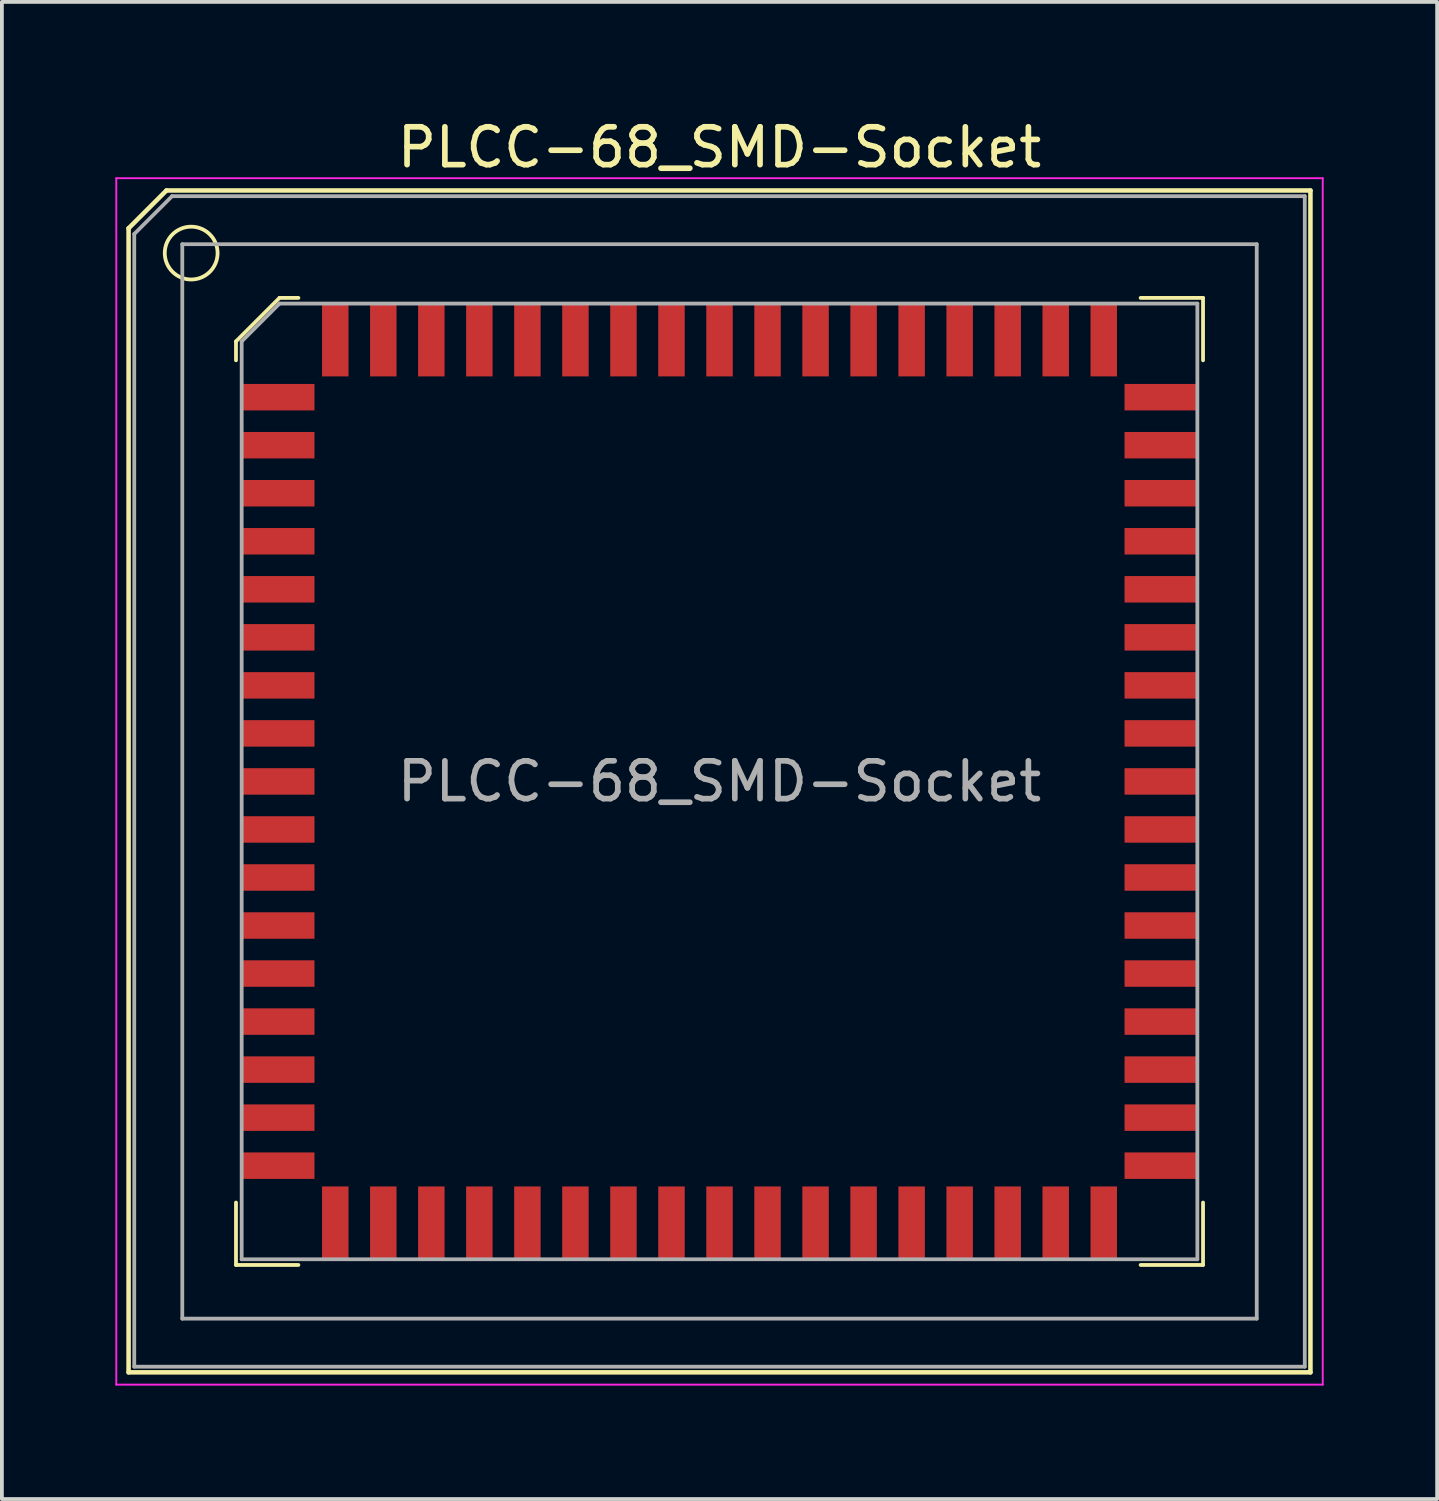
<source format=kicad_pcb>
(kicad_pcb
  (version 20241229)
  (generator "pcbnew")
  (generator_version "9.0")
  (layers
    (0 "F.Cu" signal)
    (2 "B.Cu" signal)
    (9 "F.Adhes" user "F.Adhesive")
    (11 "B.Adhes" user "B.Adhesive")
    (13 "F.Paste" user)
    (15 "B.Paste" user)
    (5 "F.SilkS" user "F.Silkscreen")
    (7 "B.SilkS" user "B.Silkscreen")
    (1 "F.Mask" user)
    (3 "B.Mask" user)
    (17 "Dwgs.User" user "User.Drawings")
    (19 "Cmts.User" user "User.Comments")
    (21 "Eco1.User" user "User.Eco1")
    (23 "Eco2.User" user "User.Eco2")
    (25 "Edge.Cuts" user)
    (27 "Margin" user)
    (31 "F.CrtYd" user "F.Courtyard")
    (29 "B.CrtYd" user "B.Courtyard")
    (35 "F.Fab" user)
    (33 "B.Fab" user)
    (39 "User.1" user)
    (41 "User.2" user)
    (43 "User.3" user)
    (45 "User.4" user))
  (footprint "PLCC-68_SMD-Socket"
    (layer "F.Cu")
    (at 15.975 17.612)
    (property "Reference" "PLCC-68_SMD-Socket" (at 0 -16.764 0) (layer "F.SilkS") (effects (font (size 1 1) (thickness 0.15))))
    (attr smd)
    (fp_line (start -15.625 -14.625) (end -15.625 15.625) (stroke (width 0.12) (type solid)) (layer "F.SilkS"))
    (fp_line (start -15.625 15.625) (end 15.625 15.625) (stroke (width 0.12) (type solid)) (layer "F.SilkS"))
    (fp_line (start -14.625 -15.625) (end -15.625 -14.625) (stroke (width 0.12) (type solid)) (layer "F.SilkS"))
    (fp_line (start -12.785 -11.635) (end -12.785 -11.135) (stroke (width 0.1) (type solid)) (layer "F.SilkS"))
    (fp_line (start -12.785 12.785) (end -12.785 11.135) (stroke (width 0.1) (type solid)) (layer "F.SilkS"))
    (fp_line (start -11.635 -12.785) (end -12.785 -11.635) (stroke (width 0.1) (type solid)) (layer "F.SilkS"))
    (fp_line (start -11.135 -12.785) (end -11.635 -12.785) (stroke (width 0.1) (type solid)) (layer "F.SilkS"))
    (fp_line (start -11.135 12.785) (end -12.785 12.785) (stroke (width 0.1) (type solid)) (layer "F.SilkS"))
    (fp_line (start 11.135 -12.785) (end 12.785 -12.785) (stroke (width 0.1) (type solid)) (layer "F.SilkS"))
    (fp_line (start 11.135 12.785) (end 12.785 12.785) (stroke (width 0.1) (type solid)) (layer "F.SilkS"))
    (fp_line (start 12.785 -12.785) (end 12.785 -11.135) (stroke (width 0.1) (type solid)) (layer "F.SilkS"))
    (fp_line (start 12.785 12.785) (end 12.785 11.135) (stroke (width 0.1) (type solid)) (layer "F.SilkS"))
    (fp_line (start 15.625 -15.625) (end -14.625 -15.625) (stroke (width 0.12) (type solid)) (layer "F.SilkS"))
    (fp_line (start 15.625 15.625) (end 15.625 -15.625) (stroke (width 0.12) (type solid)) (layer "F.SilkS"))
    (fp_circle (center -13.97 -13.97) (end -13.562 -13.403) (stroke (width 0.1) (type default)) (fill no) (layer "F.SilkS"))
    (fp_line (start -15.95 -15.95) (end -15.95 15.95) (stroke (width 0.05) (type solid)) (layer "F.CrtYd"))
    (fp_line (start -15.95 15.95) (end 15.95 15.95) (stroke (width 0.05) (type solid)) (layer "F.CrtYd"))
    (fp_line (start 15.95 -15.95) (end -15.95 -15.95) (stroke (width 0.05) (type solid)) (layer "F.CrtYd"))
    (fp_line (start 15.95 15.95) (end 15.95 -15.95) (stroke (width 0.05) (type solid)) (layer "F.CrtYd"))
    (fp_line (start -15.475 -14.475) (end -15.475 15.475) (stroke (width 0.1) (type solid)) (layer "F.Fab"))
    (fp_line (start -15.475 15.475) (end 15.475 15.475) (stroke (width 0.1) (type solid)) (layer "F.Fab"))
    (fp_line (start -14.475 -15.475) (end -15.475 -14.475) (stroke (width 0.1) (type solid)) (layer "F.Fab"))
    (fp_line (start -14.205 -14.205) (end -14.205 14.205) (stroke (width 0.1) (type solid)) (layer "F.Fab"))
    (fp_line (start -14.205 14.205) (end 14.205 14.205) (stroke (width 0.1) (type solid)) (layer "F.Fab"))
    (fp_line (start -12.635 -11.635) (end -12.635 12.635) (stroke (width 0.1) (type solid)) (layer "F.Fab"))
    (fp_line (start -12.635 12.635) (end 12.635 12.635) (stroke (width 0.1) (type solid)) (layer "F.Fab"))
    (fp_line (start -11.635 -12.635) (end -12.635 -11.635) (stroke (width 0.1) (type solid)) (layer "F.Fab"))
    (fp_line (start 12.635 -12.635) (end -11.635 -12.635) (stroke (width 0.1) (type solid)) (layer "F.Fab"))
    (fp_line (start 12.635 12.635) (end 12.635 -12.635) (stroke (width 0.1) (type solid)) (layer "F.Fab"))
    (fp_line (start 14.205 -14.205) (end -14.205 -14.205) (stroke (width 0.1) (type solid)) (layer "F.Fab"))
    (fp_line (start 14.205 14.205) (end 14.205 -14.205) (stroke (width 0.1) (type solid)) (layer "F.Fab"))
    (fp_line (start 15.475 -15.475) (end -14.475 -15.475) (stroke (width 0.1) (type solid)) (layer "F.Fab"))
    (fp_line (start 15.475 15.475) (end 15.475 -15.475) (stroke (width 0.1) (type solid)) (layer "F.Fab"))
    (fp_text user "${REFERENCE}" (at 0 0 0) (layer "F.Fab") (effects (font (size 1 1) (thickness 0.15))))
    (pad "1" smd rect (at -11.672 -10.16) (size 1.925 0.7) (layers "F.Cu" "F.Mask" "F.Paste"))
    (pad "2" smd rect (at -11.672 -8.89) (size 1.925 0.7) (layers "F.Cu" "F.Mask" "F.Paste"))
    (pad "3" smd rect (at -11.672 -7.62) (size 1.925 0.7) (layers "F.Cu" "F.Mask" "F.Paste"))
    (pad "4" smd rect (at -11.672 -6.35) (size 1.925 0.7) (layers "F.Cu" "F.Mask" "F.Paste"))
    (pad "5" smd rect (at -11.672 -5.08) (size 1.925 0.7) (layers "F.Cu" "F.Mask" "F.Paste"))
    (pad "6" smd rect (at -11.672 -3.81) (size 1.925 0.7) (layers "F.Cu" "F.Mask" "F.Paste"))
    (pad "7" smd rect (at -11.672 -2.54) (size 1.925 0.7) (layers "F.Cu" "F.Mask" "F.Paste"))
    (pad "8" smd rect (at -11.672 -1.27) (size 1.925 0.7) (layers "F.Cu" "F.Mask" "F.Paste"))
    (pad "9" smd rect (at -11.672 0) (size 1.925 0.7) (layers "F.Cu" "F.Mask" "F.Paste"))
    (pad "10" smd rect (at -11.672 1.27) (size 1.925 0.7) (layers "F.Cu" "F.Mask" "F.Paste"))
    (pad "11" smd rect (at -11.672 2.54) (size 1.925 0.7) (layers "F.Cu" "F.Mask" "F.Paste"))
    (pad "12" smd rect (at -11.672 3.81) (size 1.925 0.7) (layers "F.Cu" "F.Mask" "F.Paste"))
    (pad "13" smd rect (at -11.672 5.08) (size 1.925 0.7) (layers "F.Cu" "F.Mask" "F.Paste"))
    (pad "14" smd rect (at -11.672 6.35) (size 1.925 0.7) (layers "F.Cu" "F.Mask" "F.Paste"))
    (pad "15" smd rect (at -11.672 7.62) (size 1.925 0.7) (layers "F.Cu" "F.Mask" "F.Paste"))
    (pad "16" smd rect (at -11.672 8.89) (size 1.925 0.7) (layers "F.Cu" "F.Mask" "F.Paste"))
    (pad "17" smd rect (at -11.672 10.16) (size 1.925 0.7) (layers "F.Cu" "F.Mask" "F.Paste"))
    (pad "18" smd rect (at -10.16 11.672) (size 0.7 1.925) (layers "F.Cu" "F.Mask" "F.Paste"))
    (pad "19" smd rect (at -8.89 11.672) (size 0.7 1.925) (layers "F.Cu" "F.Mask" "F.Paste"))
    (pad "20" smd rect (at -7.62 11.672) (size 0.7 1.925) (layers "F.Cu" "F.Mask" "F.Paste"))
    (pad "21" smd rect (at -6.35 11.672) (size 0.7 1.925) (layers "F.Cu" "F.Mask" "F.Paste"))
    (pad "22" smd rect (at -5.08 11.672) (size 0.7 1.925) (layers "F.Cu" "F.Mask" "F.Paste"))
    (pad "23" smd rect (at -3.81 11.672) (size 0.7 1.925) (layers "F.Cu" "F.Mask" "F.Paste"))
    (pad "24" smd rect (at -2.54 11.672) (size 0.7 1.925) (layers "F.Cu" "F.Mask" "F.Paste"))
    (pad "25" smd rect (at -1.27 11.672) (size 0.7 1.925) (layers "F.Cu" "F.Mask" "F.Paste"))
    (pad "26" smd rect (at 0 11.672) (size 0.7 1.925) (layers "F.Cu" "F.Mask" "F.Paste"))
    (pad "27" smd rect (at 1.27 11.672) (size 0.7 1.925) (layers "F.Cu" "F.Mask" "F.Paste"))
    (pad "28" smd rect (at 2.54 11.672) (size 0.7 1.925) (layers "F.Cu" "F.Mask" "F.Paste"))
    (pad "29" smd rect (at 3.81 11.672) (size 0.7 1.925) (layers "F.Cu" "F.Mask" "F.Paste"))
    (pad "30" smd rect (at 5.08 11.672) (size 0.7 1.925) (layers "F.Cu" "F.Mask" "F.Paste"))
    (pad "31" smd rect (at 6.35 11.672) (size 0.7 1.925) (layers "F.Cu" "F.Mask" "F.Paste"))
    (pad "32" smd rect (at 7.62 11.672) (size 0.7 1.925) (layers "F.Cu" "F.Mask" "F.Paste"))
    (pad "33" smd rect (at 8.89 11.672) (size 0.7 1.925) (layers "F.Cu" "F.Mask" "F.Paste"))
    (pad "34" smd rect (at 10.16 11.672) (size 0.7 1.925) (layers "F.Cu" "F.Mask" "F.Paste"))
    (pad "35" smd rect (at 11.672 10.16) (size 1.925 0.7) (layers "F.Cu" "F.Mask" "F.Paste"))
    (pad "36" smd rect (at 11.672 8.89) (size 1.925 0.7) (layers "F.Cu" "F.Mask" "F.Paste"))
    (pad "37" smd rect (at 11.672 7.62) (size 1.925 0.7) (layers "F.Cu" "F.Mask" "F.Paste"))
    (pad "38" smd rect (at 11.672 6.35) (size 1.925 0.7) (layers "F.Cu" "F.Mask" "F.Paste"))
    (pad "39" smd rect (at 11.672 5.08) (size 1.925 0.7) (layers "F.Cu" "F.Mask" "F.Paste"))
    (pad "40" smd rect (at 11.672 3.81) (size 1.925 0.7) (layers "F.Cu" "F.Mask" "F.Paste"))
    (pad "41" smd rect (at 11.672 2.54) (size 1.925 0.7) (layers "F.Cu" "F.Mask" "F.Paste"))
    (pad "42" smd rect (at 11.672 1.27) (size 1.925 0.7) (layers "F.Cu" "F.Mask" "F.Paste"))
    (pad "43" smd rect (at 11.672 0) (size 1.925 0.7) (layers "F.Cu" "F.Mask" "F.Paste"))
    (pad "44" smd rect (at 11.672 -1.27) (size 1.925 0.7) (layers "F.Cu" "F.Mask" "F.Paste"))
    (pad "45" smd rect (at 11.672 -2.54) (size 1.925 0.7) (layers "F.Cu" "F.Mask" "F.Paste"))
    (pad "46" smd rect (at 11.672 -3.81) (size 1.925 0.7) (layers "F.Cu" "F.Mask" "F.Paste"))
    (pad "47" smd rect (at 11.672 -5.08) (size 1.925 0.7) (layers "F.Cu" "F.Mask" "F.Paste"))
    (pad "48" smd rect (at 11.672 -6.35) (size 1.925 0.7) (layers "F.Cu" "F.Mask" "F.Paste"))
    (pad "49" smd rect (at 11.672 -7.62) (size 1.925 0.7) (layers "F.Cu" "F.Mask" "F.Paste"))
    (pad "50" smd rect (at 11.672 -8.89) (size 1.925 0.7) (layers "F.Cu" "F.Mask" "F.Paste"))
    (pad "51" smd rect (at 11.672 -10.16) (size 1.925 0.7) (layers "F.Cu" "F.Mask" "F.Paste"))
    (pad "52" smd rect (at 10.16 -11.672) (size 0.7 1.925) (layers "F.Cu" "F.Mask" "F.Paste"))
    (pad "53" smd rect (at 8.89 -11.672) (size 0.7 1.925) (layers "F.Cu" "F.Mask" "F.Paste"))
    (pad "54" smd rect (at 7.62 -11.672) (size 0.7 1.925) (layers "F.Cu" "F.Mask" "F.Paste"))
    (pad "55" smd rect (at 6.35 -11.672) (size 0.7 1.925) (layers "F.Cu" "F.Mask" "F.Paste"))
    (pad "56" smd rect (at 5.08 -11.672) (size 0.7 1.925) (layers "F.Cu" "F.Mask" "F.Paste"))
    (pad "57" smd rect (at 3.81 -11.672) (size 0.7 1.925) (layers "F.Cu" "F.Mask" "F.Paste"))
    (pad "58" smd rect (at 2.54 -11.672) (size 0.7 1.925) (layers "F.Cu" "F.Mask" "F.Paste"))
    (pad "59" smd rect (at 1.27 -11.672) (size 0.7 1.925) (layers "F.Cu" "F.Mask" "F.Paste"))
    (pad "60" smd rect (at 0 -11.672) (size 0.7 1.925) (layers "F.Cu" "F.Mask" "F.Paste"))
    (pad "61" smd rect (at -1.27 -11.672) (size 0.7 1.925) (layers "F.Cu" "F.Mask" "F.Paste"))
    (pad "62" smd rect (at -2.54 -11.672) (size 0.7 1.925) (layers "F.Cu" "F.Mask" "F.Paste"))
    (pad "63" smd rect (at -3.81 -11.672) (size 0.7 1.925) (layers "F.Cu" "F.Mask" "F.Paste"))
    (pad "64" smd rect (at -5.08 -11.672) (size 0.7 1.925) (layers "F.Cu" "F.Mask" "F.Paste"))
    (pad "65" smd rect (at -6.35 -11.672) (size 0.7 1.925) (layers "F.Cu" "F.Mask" "F.Paste"))
    (pad "66" smd rect (at -7.62 -11.672) (size 0.7 1.925) (layers "F.Cu" "F.Mask" "F.Paste"))
    (pad "67" smd rect (at -8.89 -11.672) (size 0.7 1.925) (layers "F.Cu" "F.Mask" "F.Paste"))
    (pad "68" smd rect (at -10.16 -11.672) (size 0.7 1.925) (layers "F.Cu" "F.Mask" "F.Paste")))
  (gr_rect
    (start -3 -3)
    (end 34.95 36.587)
    (stroke (width 0.1) (type default))
    (fill no)
    (layer "Edge.Cuts")))
</source>
